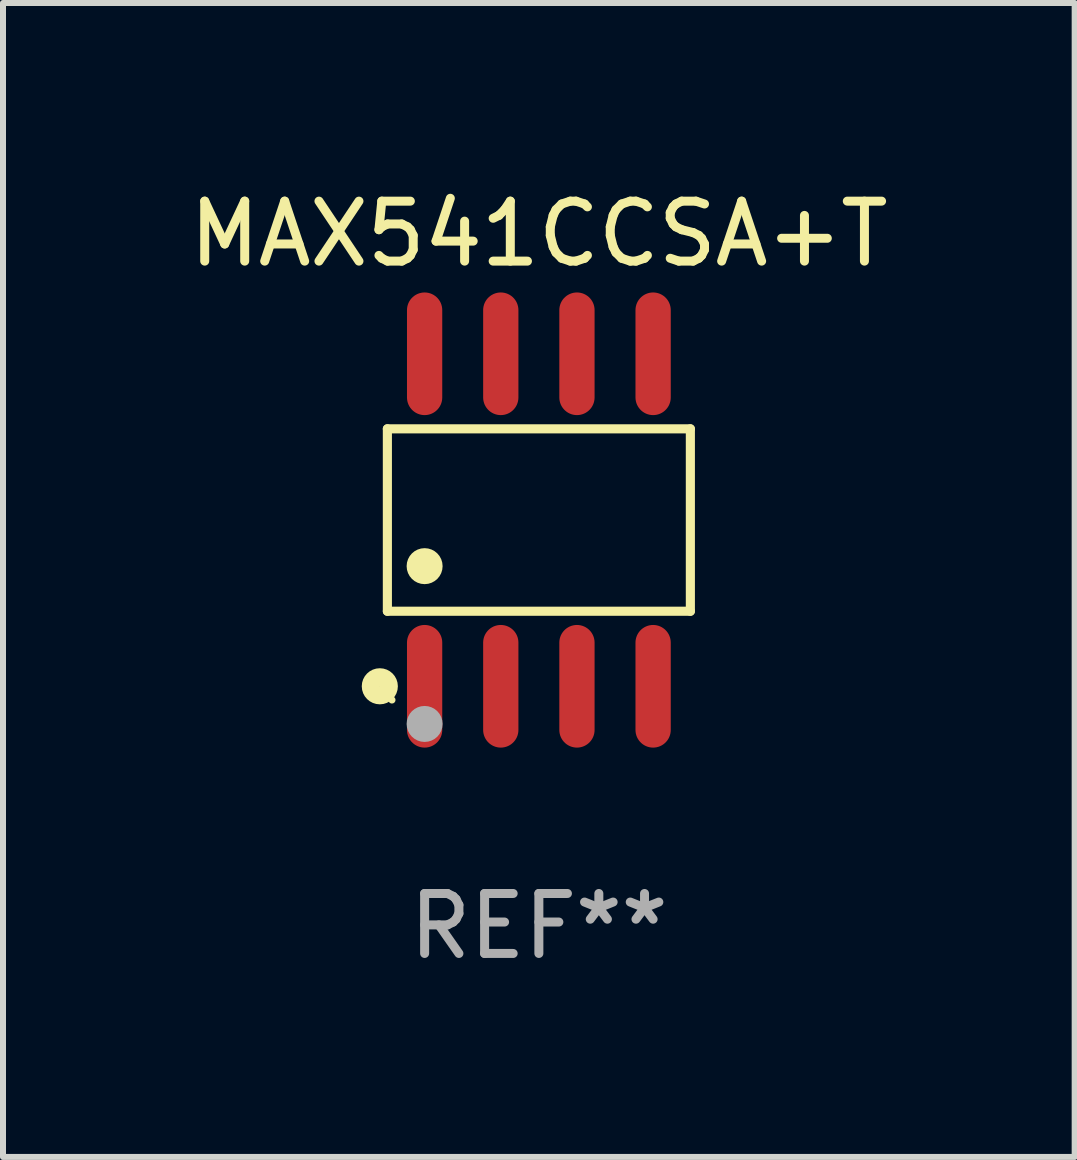
<source format=kicad_pcb>
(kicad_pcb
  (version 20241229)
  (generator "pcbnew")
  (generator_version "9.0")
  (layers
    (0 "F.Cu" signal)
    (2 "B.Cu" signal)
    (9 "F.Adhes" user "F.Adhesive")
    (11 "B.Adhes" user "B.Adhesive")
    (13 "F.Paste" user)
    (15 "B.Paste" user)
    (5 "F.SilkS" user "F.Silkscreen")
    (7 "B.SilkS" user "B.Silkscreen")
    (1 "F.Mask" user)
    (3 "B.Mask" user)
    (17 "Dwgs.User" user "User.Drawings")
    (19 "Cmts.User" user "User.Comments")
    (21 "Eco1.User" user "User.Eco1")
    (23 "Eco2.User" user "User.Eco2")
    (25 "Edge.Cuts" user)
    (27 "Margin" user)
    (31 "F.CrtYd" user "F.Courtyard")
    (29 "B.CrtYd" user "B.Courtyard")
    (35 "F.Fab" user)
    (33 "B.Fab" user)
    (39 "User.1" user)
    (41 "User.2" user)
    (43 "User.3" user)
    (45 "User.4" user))
  (footprint "MAX541CCSA+T"
    (layer "F.Cu")
    (at 5.935 5.621)
    (property "Reference" "MAX541CCSA+T" (at 0 -4.772 0) (layer "F.SilkS") (effects (font (size 1 1) (thickness 0.15))))
    (attr through_hole)
    (fp_line (start -2.526 -1.521) (end 2.526 -1.521) (stroke (width 0.152) (type solid)) (layer "F.SilkS"))
    (fp_line (start -2.526 1.521) (end -2.526 -1.521) (stroke (width 0.152) (type solid)) (layer "F.SilkS"))
    (fp_line (start 2.526 -1.521) (end 2.526 1.521) (stroke (width 0.152) (type solid)) (layer "F.SilkS"))
    (fp_line (start 2.526 1.521) (end -2.526 1.521) (stroke (width 0.152) (type solid)) (layer "F.SilkS"))
    (fp_circle (center -2.652 2.772) (end -2.501 2.772) (stroke (width 0.3) (type solid)) (fill no) (layer "F.SilkS"))
    (fp_circle (center -2.45 3) (end -2.42 3) (stroke (width 0.06) (type solid)) (fill no) (layer "F.SilkS"))
    (fp_circle (center -1.905 0.769) (end -1.755 0.769) (stroke (width 0.3) (type solid)) (fill no) (layer "F.SilkS"))
    (fp_circle (center -1.905 3.4) (end -1.755 3.4) (stroke (width 0.3) (type solid)) (fill no) (layer "F.Fab"))
    (fp_text user "REF**" (at 0 6.772 0) (layer "F.Fab") (effects (font (size 1 1) (thickness 0.15))))
    (pad "1" smd oval (at -1.905 2.772) (size 0.588 2.045) (layers "F.Cu" "F.Mask" "F.Paste"))
    (pad "2" smd oval (at -0.635 2.772) (size 0.588 2.045) (layers "F.Cu" "F.Mask" "F.Paste"))
    (pad "3" smd oval (at 0.635 2.772) (size 0.588 2.045) (layers "F.Cu" "F.Mask" "F.Paste"))
    (pad "4" smd oval (at 1.905 2.772) (size 0.588 2.045) (layers "F.Cu" "F.Mask" "F.Paste"))
    (pad "5" smd oval (at 1.905 -2.772) (size 0.588 2.045) (layers "F.Cu" "F.Mask" "F.Paste"))
    (pad "6" smd oval (at 0.635 -2.772) (size 0.588 2.045) (layers "F.Cu" "F.Mask" "F.Paste"))
    (pad "7" smd oval (at -0.635 -2.772) (size 0.588 2.045) (layers "F.Cu" "F.Mask" "F.Paste"))
    (pad "8" smd oval (at -1.905 -2.772) (size 0.588 2.045) (layers "F.Cu" "F.Mask" "F.Paste")))
  (gr_rect
    (start -3 -3)
    (end 14.869 16.241)
    (stroke (width 0.1) (type default))
    (fill no)
    (layer "Edge.Cuts")))
</source>
